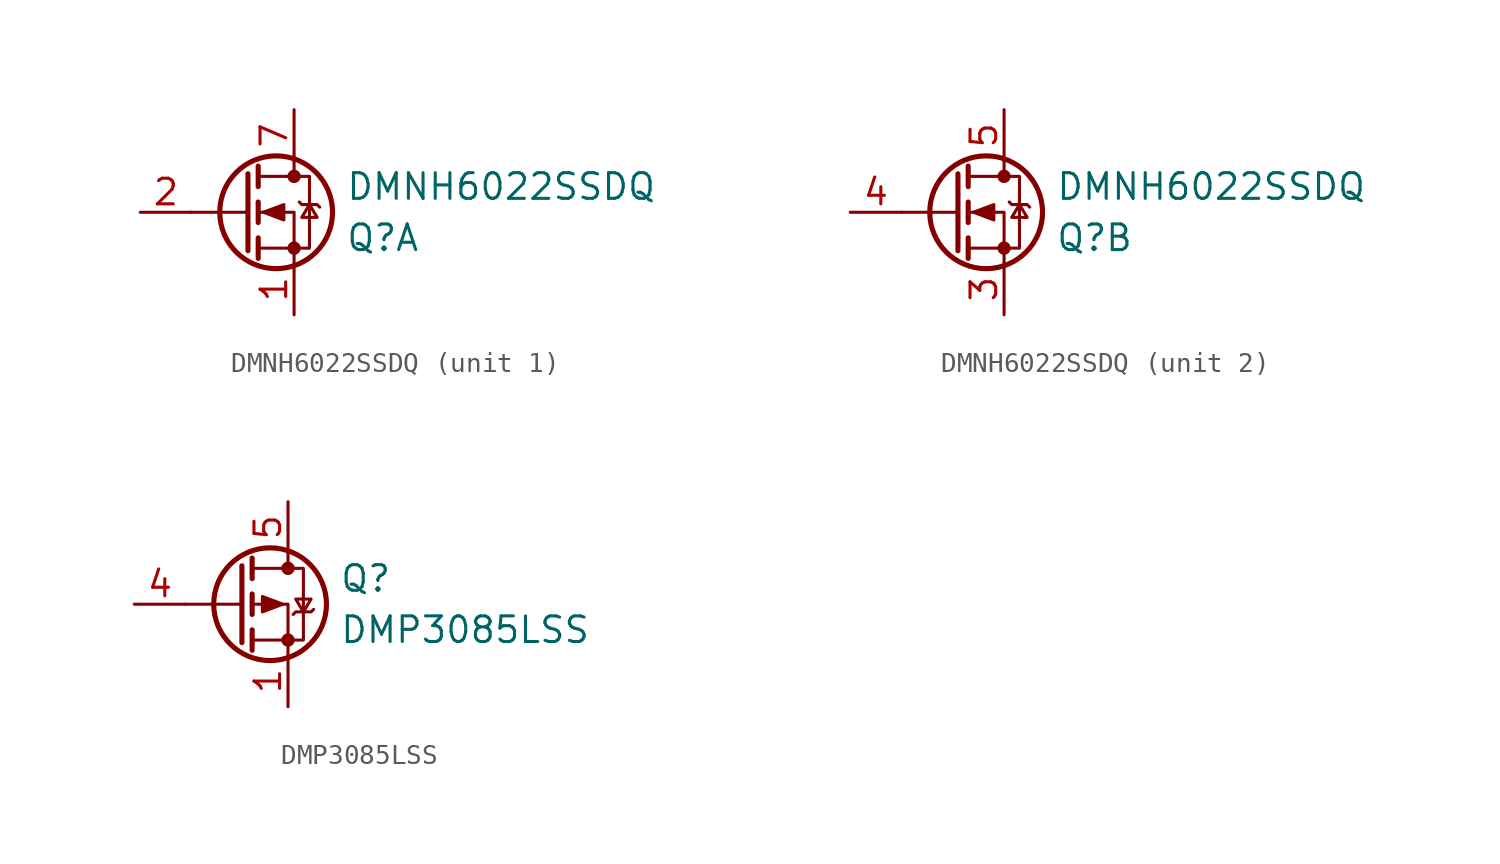
<source format=kicad_sym>
(kicad_symbol_lib
  (version 20220914)
  (generator kicad_symbol_editor)
  (symbol "DMNH6022SSDQ"
    (pin_names hide)
    (property "Reference" "Q"
      (at 2.54 -1.27 0)
      (effects (font (size 1.27 1.27)) (justify left)))
    (property "Value" "DMNH6022SSDQ"
      (at 2.54 1.27 0)
      (effects (font (size 1.27 1.27)) (justify left)))
    (property "ki_locked" ""
      (at 0 0 0)
      (effects (font (size 1.27 1.27))))
    (symbol "DMNH6022SSDQ_0_1"
      (circle (center -0.889 0) (radius 2.794) (stroke (width 0.254) (type default)) (fill (type none)))
      (circle (center 0 -1.778) (radius 0.254) (stroke (width 0) (type default)) (fill (type outline)))
      (polyline (pts (xy -2.286 0) (xy -5.08 0)) (stroke (width 0) (type default)) (fill (type none)))
      (polyline (pts (xy -2.286 1.905) (xy -2.286 -1.905)) (stroke (width 0.254) (type default)) (fill (type none)))
      (polyline (pts (xy -1.778 -1.27) (xy -1.778 -2.286)) (stroke (width 0.254) (type default)) (fill (type none)))
      (polyline (pts (xy -1.778 0.508) (xy -1.778 -0.508)) (stroke (width 0.254) (type default)) (fill (type none)))
      (polyline (pts (xy -1.778 2.286) (xy -1.778 1.27)) (stroke (width 0.254) (type default)) (fill (type none)))
      (polyline (pts (xy 0 2.54) (xy 0 1.778)) (stroke (width 0) (type default)) (fill (type none)))
      (polyline (pts (xy 0 -2.54) (xy 0 0) (xy -1.778 0)) (stroke (width 0) (type default)) (fill (type none)))
      (polyline (pts (xy -1.778 -1.778) (xy 0.762 -1.778) (xy 0.762 1.778) (xy -1.778 1.778)) (stroke (width 0) (type default)) (fill (type none)))
      (polyline (pts (xy -1.524 0) (xy -0.508 0.381) (xy -0.508 -0.381) (xy -1.524 0)) (stroke (width 0) (type default)) (fill (type outline)))
      (polyline (pts (xy 0.254 0.508) (xy 0.381 0.381) (xy 1.143 0.381) (xy 1.27 0.254)) (stroke (width 0) (type default)) (fill (type none)))
      (polyline (pts (xy 0.762 0.381) (xy 0.381 -0.254) (xy 1.143 -0.254) (xy 0.762 0.381)) (stroke (width 0) (type default)) (fill (type none)))
      (circle (center 0 1.778) (radius 0.254) (stroke (width 0) (type default)) (fill (type outline))))
    (symbol "DMNH6022SSDQ_1_0"
      (pin passive line (at 0 -5.08 90) (length 2.54) (name "S1" (effects (font (size 1.27 1.27)))) (number "1" (effects (font (size 1.27 1.27)))))
      (pin input line (at -7.62 0 0) (length 2.54) (name "G1" (effects (font (size 1.27 1.27)))) (number "2" (effects (font (size 1.27 1.27)))))
      (pin passive line (at 0 5.08 270) (length 2.54) (name "D1" (effects (font (size 1.27 1.27)))) (number "7" (effects (font (size 1.27 1.27)))))
      (pin passive line (at 0 5.08 270) (length 2.54) hide (name "D1" (effects (font (size 1.27 1.27)))) (number "8" (effects (font (size 1.27 1.27))))))
    (symbol "DMNH6022SSDQ_2_0"
      (pin passive line (at 0 -5.08 90) (length 2.54) (name "S2" (effects (font (size 1.27 1.27)))) (number "3" (effects (font (size 1.27 1.27)))))
      (pin input line (at -7.62 0 0) (length 2.54) (name "G2" (effects (font (size 1.27 1.27)))) (number "4" (effects (font (size 1.27 1.27)))))
      (pin passive line (at 0 5.08 270) (length 2.54) (name "D2" (effects (font (size 1.27 1.27)))) (number "5" (effects (font (size 1.27 1.27)))))
      (pin passive line (at 0 5.08 270) (length 2.54) hide (name "D2" (effects (font (size 1.27 1.27)))) (number "6" (effects (font (size 1.27 1.27)))))))
  (symbol "DMP3085LSS"
    (pin_names
      (offset 0) hide)
    (property "Reference" "Q"
      (at 2.54 1.27 0)
      (effects (font (size 1.27 1.27)) (justify left)))
    (property "Value" "DMP3085LSS"
      (at 2.54 -1.27 0)
      (effects (font (size 1.27 1.27)) (justify left)))
    (symbol "DMP3085LSS_0_1"
      (circle (center -0.889 0) (radius 2.794) (stroke (width 0.254) (type default)) (fill (type none)))
      (circle (center 0 -1.778) (radius 0.254) (stroke (width 0) (type default)) (fill (type outline)))
      (polyline (pts (xy -2.286 0) (xy -5.08 0)) (stroke (width 0) (type default)) (fill (type none)))
      (polyline (pts (xy -2.286 1.905) (xy -2.286 -1.905)) (stroke (width 0.254) (type default)) (fill (type none)))
      (polyline (pts (xy -1.778 -1.27) (xy -1.778 -2.286)) (stroke (width 0.254) (type default)) (fill (type none)))
      (polyline (pts (xy -1.778 0.508) (xy -1.778 -0.508)) (stroke (width 0.254) (type default)) (fill (type none)))
      (polyline (pts (xy -1.778 2.286) (xy -1.778 1.27)) (stroke (width 0.254) (type default)) (fill (type none)))
      (polyline (pts (xy 0 2.54) (xy 0 1.778)) (stroke (width 0) (type default)) (fill (type none)))
      (polyline (pts (xy 0 -2.54) (xy 0 0) (xy -1.778 0)) (stroke (width 0) (type default)) (fill (type none)))
      (polyline (pts (xy -1.778 1.778) (xy 0.762 1.778) (xy 0.762 -1.778) (xy -1.778 -1.778)) (stroke (width 0) (type default)) (fill (type none)))
      (polyline (pts (xy -0.254 0) (xy -1.27 0.381) (xy -1.27 -0.381) (xy -0.254 0)) (stroke (width 0) (type default)) (fill (type outline)))
      (polyline (pts (xy 0.254 -0.508) (xy 0.381 -0.381) (xy 1.143 -0.381) (xy 1.27 -0.254)) (stroke (width 0) (type default)) (fill (type none)))
      (polyline (pts (xy 0.762 -0.381) (xy 0.381 0.254) (xy 1.143 0.254) (xy 0.762 -0.381)) (stroke (width 0) (type default)) (fill (type none)))
      (circle (center 0 1.778) (radius 0.254) (stroke (width 0) (type default)) (fill (type outline))))
    (symbol "DMP3085LSS_1_1"
      (pin passive line (at 0 -5.08 90) (length 2.54) (name "S" (effects (font (size 1.27 1.27)))) (number "1" (effects (font (size 1.27 1.27)))))
      (pin passive line (at 0 -5.08 90) (length 2.54) hide (name "S" (effects (font (size 1.27 1.27)))) (number "2" (effects (font (size 1.27 1.27)))))
      (pin passive line (at 0 -5.08 90) (length 2.54) hide (name "S" (effects (font (size 1.27 1.27)))) (number "3" (effects (font (size 1.27 1.27)))))
      (pin input line (at -7.62 0 0) (length 2.54) (name "G" (effects (font (size 1.27 1.27)))) (number "4" (effects (font (size 1.27 1.27)))))
      (pin passive line (at 0 5.08 270) (length 2.54) (name "D" (effects (font (size 1.27 1.27)))) (number "5" (effects (font (size 1.27 1.27)))))
      (pin passive line (at 0 5.08 270) (length 2.54) hide (name "D" (effects (font (size 1.27 1.27)))) (number "6" (effects (font (size 1.27 1.27)))))
      (pin passive line (at 0 5.08 270) (length 2.54) hide (name "D" (effects (font (size 1.27 1.27)))) (number "7" (effects (font (size 1.27 1.27)))))
      (pin passive line (at 0 5.08 270) (length 2.54) hide (name "D" (effects (font (size 1.27 1.27)))) (number "8" (effects (font (size 1.27 1.27))))))))
</source>
